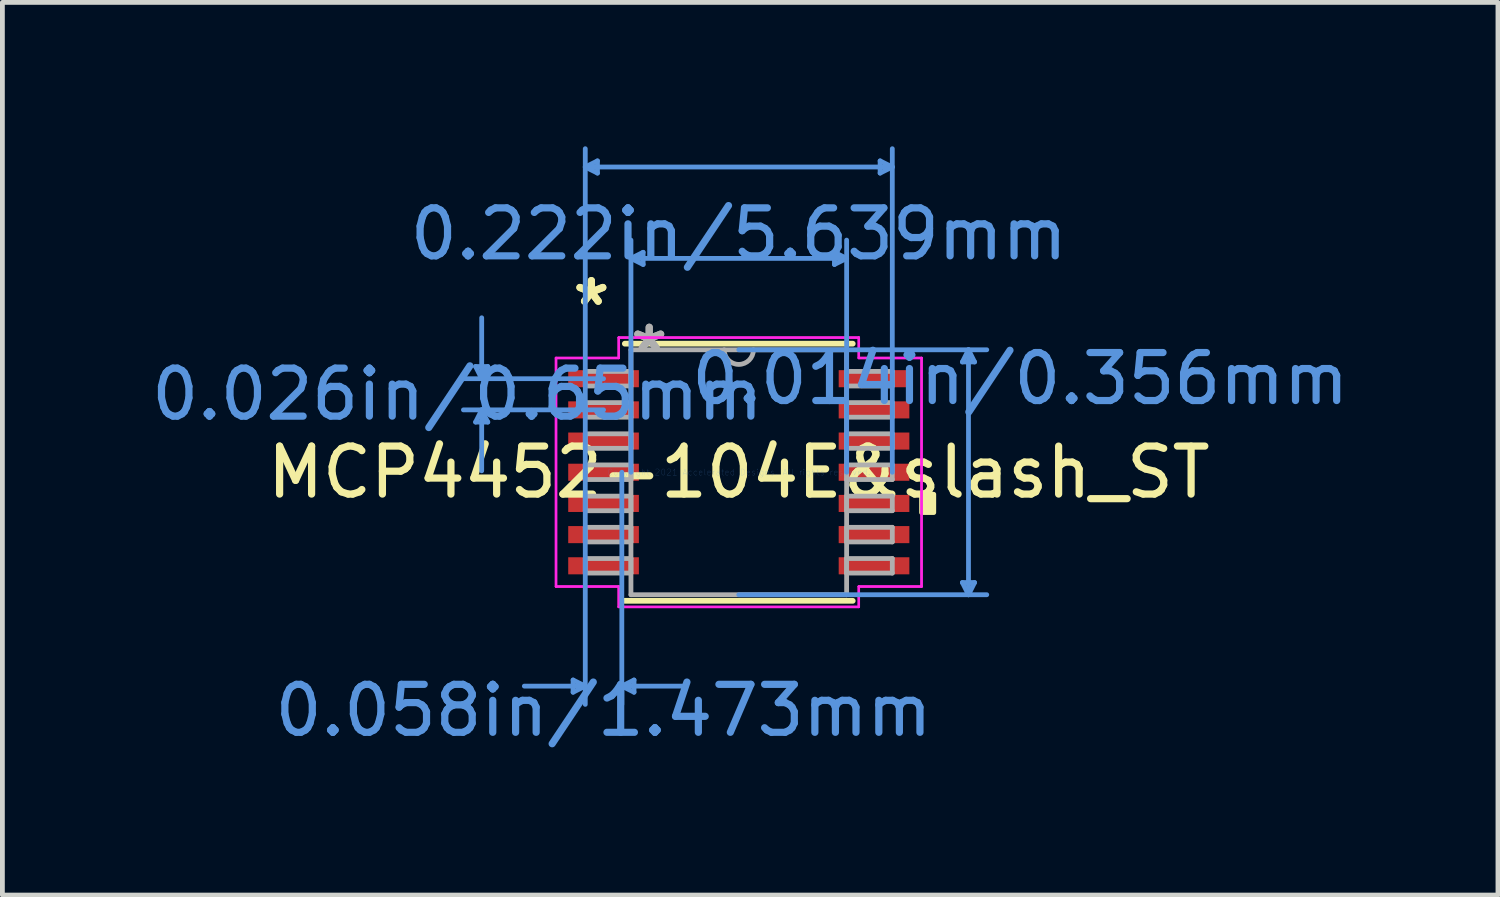
<source format=kicad_pcb>
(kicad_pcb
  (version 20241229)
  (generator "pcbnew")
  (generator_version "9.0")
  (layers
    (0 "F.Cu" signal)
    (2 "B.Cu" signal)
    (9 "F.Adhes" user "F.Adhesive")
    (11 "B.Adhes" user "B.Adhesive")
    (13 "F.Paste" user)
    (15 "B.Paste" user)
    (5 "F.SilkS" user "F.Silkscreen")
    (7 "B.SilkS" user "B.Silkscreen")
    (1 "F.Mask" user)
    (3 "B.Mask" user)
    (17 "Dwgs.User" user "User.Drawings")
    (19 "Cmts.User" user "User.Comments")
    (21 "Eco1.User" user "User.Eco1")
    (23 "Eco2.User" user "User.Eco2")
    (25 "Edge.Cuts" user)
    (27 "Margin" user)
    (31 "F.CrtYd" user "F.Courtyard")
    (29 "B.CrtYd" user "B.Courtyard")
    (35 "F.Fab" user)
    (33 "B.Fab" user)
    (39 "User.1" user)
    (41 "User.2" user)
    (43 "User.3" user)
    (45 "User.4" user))
  (footprint "MCP4452-104E&slash_ST"
    (layer "F.Cu")
    (at 12.35 6.794)
    (property "Reference" "MCP4452-104E&slash_ST" (at 0 0 0) (layer "F.SilkS") (effects (font (size 1 1) (thickness 0.15))))
    (attr through_hole)
    (fp_line (start -2.375 2.68) (end 2.375 2.68) (stroke (width 0.12) (type solid)) (layer "F.SilkS"))
    (fp_line (start 2.375 -2.68) (end -2.375 -2.68) (stroke (width 0.12) (type solid)) (layer "F.SilkS"))
    (fp_poly (pts (xy 4.064 0.459) (xy 4.064 0.84) (xy 3.81 0.84) (xy 3.81 0.459)) (stroke (width 0.1) (type solid)) (fill yes) (layer "F.SilkS"))
    (fp_line (start -5.486 -2.204) (end -5.232 -2.204) (stroke (width 0.1) (type solid)) (layer "Cmts.User"))
    (fp_line (start -5.486 -1.046) (end -5.232 -1.046) (stroke (width 0.1) (type solid)) (layer "Cmts.User"))
    (fp_line (start -5.359 -1.95) (end -5.486 -2.204) (stroke (width 0.1) (type solid)) (layer "Cmts.User"))
    (fp_line (start -5.359 -1.95) (end -5.359 -3.22) (stroke (width 0.1) (type solid)) (layer "Cmts.User"))
    (fp_line (start -5.359 -1.95) (end -5.232 -2.204) (stroke (width 0.1) (type solid)) (layer "Cmts.User"))
    (fp_line (start -5.359 -1.3) (end -5.486 -1.046) (stroke (width 0.1) (type solid)) (layer "Cmts.User"))
    (fp_line (start -5.359 -1.3) (end -5.359 -0.03) (stroke (width 0.1) (type solid)) (layer "Cmts.User"))
    (fp_line (start -5.359 -1.3) (end -5.232 -1.046) (stroke (width 0.1) (type solid)) (layer "Cmts.User"))
    (fp_line (start -3.454 4.331) (end -3.454 4.585) (stroke (width 0.1) (type solid)) (layer "Cmts.User"))
    (fp_line (start -3.2 -6.363) (end -2.946 -6.49) (stroke (width 0.1) (type solid)) (layer "Cmts.User"))
    (fp_line (start -3.2 -6.363) (end -2.946 -6.236) (stroke (width 0.1) (type solid)) (layer "Cmts.User"))
    (fp_line (start -3.2 -6.363) (end 3.2 -6.363) (stroke (width 0.1) (type solid)) (layer "Cmts.User"))
    (fp_line (start -3.2 0) (end -3.2 -6.744) (stroke (width 0.1) (type solid)) (layer "Cmts.User"))
    (fp_line (start -3.2 0) (end -3.2 4.839) (stroke (width 0.1) (type solid)) (layer "Cmts.User"))
    (fp_line (start -3.2 4.458) (end -4.47 4.458) (stroke (width 0.1) (type solid)) (layer "Cmts.User"))
    (fp_line (start -3.2 4.458) (end -3.454 4.331) (stroke (width 0.1) (type solid)) (layer "Cmts.User"))
    (fp_line (start -3.2 4.458) (end -3.454 4.585) (stroke (width 0.1) (type solid)) (layer "Cmts.User"))
    (fp_line (start -2.946 -6.49) (end -2.946 -6.236) (stroke (width 0.1) (type solid)) (layer "Cmts.User"))
    (fp_line (start -2.819 -1.95) (end -5.74 -1.95) (stroke (width 0.1) (type solid)) (layer "Cmts.User"))
    (fp_line (start -2.819 -1.3) (end -5.74 -1.3) (stroke (width 0.1) (type solid)) (layer "Cmts.User"))
    (fp_line (start -2.438 0) (end -2.438 4.839) (stroke (width 0.1) (type solid)) (layer "Cmts.User"))
    (fp_line (start -2.438 4.458) (end -2.184 4.331) (stroke (width 0.1) (type solid)) (layer "Cmts.User"))
    (fp_line (start -2.438 4.458) (end -2.184 4.585) (stroke (width 0.1) (type solid)) (layer "Cmts.User"))
    (fp_line (start -2.438 4.458) (end -1.168 4.458) (stroke (width 0.1) (type solid)) (layer "Cmts.User"))
    (fp_line (start -2.248 -4.458) (end -1.994 -4.585) (stroke (width 0.1) (type solid)) (layer "Cmts.User"))
    (fp_line (start -2.248 -4.458) (end -1.994 -4.331) (stroke (width 0.1) (type solid)) (layer "Cmts.User"))
    (fp_line (start -2.248 -4.458) (end 2.248 -4.458) (stroke (width 0.1) (type solid)) (layer "Cmts.User"))
    (fp_line (start -2.248 0) (end -2.248 -4.839) (stroke (width 0.1) (type solid)) (layer "Cmts.User"))
    (fp_line (start -2.184 4.331) (end -2.184 4.585) (stroke (width 0.1) (type solid)) (layer "Cmts.User"))
    (fp_line (start -1.994 -4.585) (end -1.994 -4.331) (stroke (width 0.1) (type solid)) (layer "Cmts.User"))
    (fp_line (start 0 -2.553) (end 5.169 -2.553) (stroke (width 0.1) (type solid)) (layer "Cmts.User"))
    (fp_line (start 0 2.553) (end 5.169 2.553) (stroke (width 0.1) (type solid)) (layer "Cmts.User"))
    (fp_line (start 1.994 -4.585) (end 1.994 -4.331) (stroke (width 0.1) (type solid)) (layer "Cmts.User"))
    (fp_line (start 2.248 -4.458) (end 1.994 -4.585) (stroke (width 0.1) (type solid)) (layer "Cmts.User"))
    (fp_line (start 2.248 -4.458) (end 1.994 -4.331) (stroke (width 0.1) (type solid)) (layer "Cmts.User"))
    (fp_line (start 2.248 0) (end 2.248 -4.839) (stroke (width 0.1) (type solid)) (layer "Cmts.User"))
    (fp_line (start 2.946 -6.49) (end 2.946 -6.236) (stroke (width 0.1) (type solid)) (layer "Cmts.User"))
    (fp_line (start 3.2 -6.363) (end 2.946 -6.49) (stroke (width 0.1) (type solid)) (layer "Cmts.User"))
    (fp_line (start 3.2 -6.363) (end 2.946 -6.236) (stroke (width 0.1) (type solid)) (layer "Cmts.User"))
    (fp_line (start 3.2 0) (end 3.2 -6.744) (stroke (width 0.1) (type solid)) (layer "Cmts.User"))
    (fp_line (start 4.661 -2.299) (end 4.915 -2.299) (stroke (width 0.1) (type solid)) (layer "Cmts.User"))
    (fp_line (start 4.661 2.299) (end 4.915 2.299) (stroke (width 0.1) (type solid)) (layer "Cmts.User"))
    (fp_line (start 4.788 -2.553) (end 4.661 -2.299) (stroke (width 0.1) (type solid)) (layer "Cmts.User"))
    (fp_line (start 4.788 -2.553) (end 4.788 2.553) (stroke (width 0.1) (type solid)) (layer "Cmts.User"))
    (fp_line (start 4.788 -2.553) (end 4.915 -2.299) (stroke (width 0.1) (type solid)) (layer "Cmts.User"))
    (fp_line (start 4.788 2.553) (end 4.661 2.299) (stroke (width 0.1) (type solid)) (layer "Cmts.User"))
    (fp_line (start 4.788 2.553) (end 4.915 2.299) (stroke (width 0.1) (type solid)) (layer "Cmts.User"))
    (fp_line (start -3.81 -2.382) (end -2.502 -2.382) (stroke (width 0.05) (type solid)) (layer "F.CrtYd"))
    (fp_line (start -3.81 -2.382) (end -2.502 -2.382) (stroke (width 0.05) (type solid)) (layer "F.CrtYd"))
    (fp_line (start -3.81 2.382) (end -3.81 -2.382) (stroke (width 0.05) (type solid)) (layer "F.CrtYd"))
    (fp_line (start -3.81 2.382) (end -3.81 -2.382) (stroke (width 0.05) (type solid)) (layer "F.CrtYd"))
    (fp_line (start -3.81 2.382) (end -2.502 2.382) (stroke (width 0.05) (type solid)) (layer "F.CrtYd"))
    (fp_line (start -2.502 -2.807) (end 2.502 -2.807) (stroke (width 0.05) (type solid)) (layer "F.CrtYd"))
    (fp_line (start -2.502 -2.807) (end 2.502 -2.807) (stroke (width 0.05) (type solid)) (layer "F.CrtYd"))
    (fp_line (start -2.502 -2.382) (end -2.502 -2.807) (stroke (width 0.05) (type solid)) (layer "F.CrtYd"))
    (fp_line (start -2.502 -2.382) (end -2.502 -2.807) (stroke (width 0.05) (type solid)) (layer "F.CrtYd"))
    (fp_line (start -2.502 2.382) (end -3.81 2.382) (stroke (width 0.05) (type solid)) (layer "F.CrtYd"))
    (fp_line (start -2.502 2.807) (end -2.502 2.382) (stroke (width 0.05) (type solid)) (layer "F.CrtYd"))
    (fp_line (start -2.502 2.807) (end -2.502 2.382) (stroke (width 0.05) (type solid)) (layer "F.CrtYd"))
    (fp_line (start 2.502 -2.807) (end 2.502 -2.382) (stroke (width 0.05) (type solid)) (layer "F.CrtYd"))
    (fp_line (start 2.502 -2.807) (end 2.502 -2.382) (stroke (width 0.05) (type solid)) (layer "F.CrtYd"))
    (fp_line (start 2.502 -2.382) (end 3.81 -2.382) (stroke (width 0.05) (type solid)) (layer "F.CrtYd"))
    (fp_line (start 2.502 2.382) (end 2.502 2.807) (stroke (width 0.05) (type solid)) (layer "F.CrtYd"))
    (fp_line (start 2.502 2.382) (end 2.502 2.807) (stroke (width 0.05) (type solid)) (layer "F.CrtYd"))
    (fp_line (start 2.502 2.807) (end -2.502 2.807) (stroke (width 0.05) (type solid)) (layer "F.CrtYd"))
    (fp_line (start 2.502 2.807) (end -2.502 2.807) (stroke (width 0.05) (type solid)) (layer "F.CrtYd"))
    (fp_line (start 3.81 -2.382) (end 2.502 -2.382) (stroke (width 0.05) (type solid)) (layer "F.CrtYd"))
    (fp_line (start 3.81 -2.382) (end 3.81 2.382) (stroke (width 0.05) (type solid)) (layer "F.CrtYd"))
    (fp_line (start 3.81 -2.382) (end 3.81 2.382) (stroke (width 0.05) (type solid)) (layer "F.CrtYd"))
    (fp_line (start 3.81 2.382) (end 2.502 2.382) (stroke (width 0.05) (type solid)) (layer "F.CrtYd"))
    (fp_line (start 3.81 2.382) (end 2.502 2.382) (stroke (width 0.05) (type solid)) (layer "F.CrtYd"))
    (fp_line (start -3.2 -2.102) (end -3.2 -1.798) (stroke (width 0.1) (type solid)) (layer "F.Fab"))
    (fp_line (start -3.2 -1.798) (end -2.248 -1.798) (stroke (width 0.1) (type solid)) (layer "F.Fab"))
    (fp_line (start -3.2 -1.452) (end -3.2 -1.148) (stroke (width 0.1) (type solid)) (layer "F.Fab"))
    (fp_line (start -3.2 -1.148) (end -2.248 -1.148) (stroke (width 0.1) (type solid)) (layer "F.Fab"))
    (fp_line (start -3.2 -0.802) (end -3.2 -0.498) (stroke (width 0.1) (type solid)) (layer "F.Fab"))
    (fp_line (start -3.2 -0.498) (end -2.248 -0.498) (stroke (width 0.1) (type solid)) (layer "F.Fab"))
    (fp_line (start -3.2 -0.152) (end -3.2 0.152) (stroke (width 0.1) (type solid)) (layer "F.Fab"))
    (fp_line (start -3.2 0.152) (end -2.248 0.152) (stroke (width 0.1) (type solid)) (layer "F.Fab"))
    (fp_line (start -3.2 0.498) (end -3.2 0.802) (stroke (width 0.1) (type solid)) (layer "F.Fab"))
    (fp_line (start -3.2 0.802) (end -2.248 0.802) (stroke (width 0.1) (type solid)) (layer "F.Fab"))
    (fp_line (start -3.2 1.148) (end -3.2 1.452) (stroke (width 0.1) (type solid)) (layer "F.Fab"))
    (fp_line (start -3.2 1.452) (end -2.248 1.452) (stroke (width 0.1) (type solid)) (layer "F.Fab"))
    (fp_line (start -3.2 1.798) (end -3.2 2.102) (stroke (width 0.1) (type solid)) (layer "F.Fab"))
    (fp_line (start -3.2 2.102) (end -2.248 2.102) (stroke (width 0.1) (type solid)) (layer "F.Fab"))
    (fp_line (start -2.248 -2.553) (end -2.248 2.553) (stroke (width 0.1) (type solid)) (layer "F.Fab"))
    (fp_line (start -2.248 -2.102) (end -3.2 -2.102) (stroke (width 0.1) (type solid)) (layer "F.Fab"))
    (fp_line (start -2.248 -1.798) (end -2.248 -2.102) (stroke (width 0.1) (type solid)) (layer "F.Fab"))
    (fp_line (start -2.248 -1.452) (end -3.2 -1.452) (stroke (width 0.1) (type solid)) (layer "F.Fab"))
    (fp_line (start -2.248 -1.148) (end -2.248 -1.452) (stroke (width 0.1) (type solid)) (layer "F.Fab"))
    (fp_line (start -2.248 -0.802) (end -3.2 -0.802) (stroke (width 0.1) (type solid)) (layer "F.Fab"))
    (fp_line (start -2.248 -0.498) (end -2.248 -0.802) (stroke (width 0.1) (type solid)) (layer "F.Fab"))
    (fp_line (start -2.248 -0.152) (end -3.2 -0.152) (stroke (width 0.1) (type solid)) (layer "F.Fab"))
    (fp_line (start -2.248 0.152) (end -2.248 -0.152) (stroke (width 0.1) (type solid)) (layer "F.Fab"))
    (fp_line (start -2.248 0.498) (end -3.2 0.498) (stroke (width 0.1) (type solid)) (layer "F.Fab"))
    (fp_line (start -2.248 0.802) (end -2.248 0.498) (stroke (width 0.1) (type solid)) (layer "F.Fab"))
    (fp_line (start -2.248 1.148) (end -3.2 1.148) (stroke (width 0.1) (type solid)) (layer "F.Fab"))
    (fp_line (start -2.248 1.452) (end -2.248 1.148) (stroke (width 0.1) (type solid)) (layer "F.Fab"))
    (fp_line (start -2.248 1.798) (end -3.2 1.798) (stroke (width 0.1) (type solid)) (layer "F.Fab"))
    (fp_line (start -2.248 2.102) (end -2.248 1.798) (stroke (width 0.1) (type solid)) (layer "F.Fab"))
    (fp_line (start -2.248 2.553) (end 2.248 2.553) (stroke (width 0.1) (type solid)) (layer "F.Fab"))
    (fp_line (start 2.248 -2.553) (end -2.248 -2.553) (stroke (width 0.1) (type solid)) (layer "F.Fab"))
    (fp_line (start 2.248 -2.102) (end 2.248 -1.798) (stroke (width 0.1) (type solid)) (layer "F.Fab"))
    (fp_line (start 2.248 -1.798) (end 3.2 -1.798) (stroke (width 0.1) (type solid)) (layer "F.Fab"))
    (fp_line (start 2.248 -1.452) (end 2.248 -1.148) (stroke (width 0.1) (type solid)) (layer "F.Fab"))
    (fp_line (start 2.248 -1.148) (end 3.2 -1.148) (stroke (width 0.1) (type solid)) (layer "F.Fab"))
    (fp_line (start 2.248 -0.802) (end 2.248 -0.498) (stroke (width 0.1) (type solid)) (layer "F.Fab"))
    (fp_line (start 2.248 -0.498) (end 3.2 -0.498) (stroke (width 0.1) (type solid)) (layer "F.Fab"))
    (fp_line (start 2.248 -0.152) (end 2.248 0.152) (stroke (width 0.1) (type solid)) (layer "F.Fab"))
    (fp_line (start 2.248 0.152) (end 3.2 0.152) (stroke (width 0.1) (type solid)) (layer "F.Fab"))
    (fp_line (start 2.248 0.498) (end 2.248 0.802) (stroke (width 0.1) (type solid)) (layer "F.Fab"))
    (fp_line (start 2.248 0.802) (end 3.2 0.802) (stroke (width 0.1) (type solid)) (layer "F.Fab"))
    (fp_line (start 2.248 1.148) (end 2.248 1.452) (stroke (width 0.1) (type solid)) (layer "F.Fab"))
    (fp_line (start 2.248 1.452) (end 3.2 1.452) (stroke (width 0.1) (type solid)) (layer "F.Fab"))
    (fp_line (start 2.248 1.798) (end 2.248 2.102) (stroke (width 0.1) (type solid)) (layer "F.Fab"))
    (fp_line (start 2.248 2.102) (end 3.2 2.102) (stroke (width 0.1) (type solid)) (layer "F.Fab"))
    (fp_line (start 2.248 2.553) (end 2.248 -2.553) (stroke (width 0.1) (type solid)) (layer "F.Fab"))
    (fp_line (start 3.2 -2.102) (end 2.248 -2.102) (stroke (width 0.1) (type solid)) (layer "F.Fab"))
    (fp_line (start 3.2 -1.798) (end 3.2 -2.102) (stroke (width 0.1) (type solid)) (layer "F.Fab"))
    (fp_line (start 3.2 -1.452) (end 2.248 -1.452) (stroke (width 0.1) (type solid)) (layer "F.Fab"))
    (fp_line (start 3.2 -1.148) (end 3.2 -1.452) (stroke (width 0.1) (type solid)) (layer "F.Fab"))
    (fp_line (start 3.2 -0.802) (end 2.248 -0.802) (stroke (width 0.1) (type solid)) (layer "F.Fab"))
    (fp_line (start 3.2 -0.498) (end 3.2 -0.802) (stroke (width 0.1) (type solid)) (layer "F.Fab"))
    (fp_line (start 3.2 -0.152) (end 2.248 -0.152) (stroke (width 0.1) (type solid)) (layer "F.Fab"))
    (fp_line (start 3.2 0.152) (end 3.2 -0.152) (stroke (width 0.1) (type solid)) (layer "F.Fab"))
    (fp_line (start 3.2 0.498) (end 2.248 0.498) (stroke (width 0.1) (type solid)) (layer "F.Fab"))
    (fp_line (start 3.2 0.802) (end 3.2 0.498) (stroke (width 0.1) (type solid)) (layer "F.Fab"))
    (fp_line (start 3.2 1.148) (end 2.248 1.148) (stroke (width 0.1) (type solid)) (layer "F.Fab"))
    (fp_line (start 3.2 1.452) (end 3.2 1.148) (stroke (width 0.1) (type solid)) (layer "F.Fab"))
    (fp_line (start 3.2 1.798) (end 2.248 1.798) (stroke (width 0.1) (type solid)) (layer "F.Fab"))
    (fp_line (start 3.2 2.102) (end 3.2 1.798) (stroke (width 0.1) (type solid)) (layer "F.Fab"))
    (fp_arc (start 0.3048 -2.5527) (mid 0 -2.2479) (end -0.3048 -2.5527) (stroke (width 0.1) (type solid)) (layer "F.Fab"))
    (fp_text user "*" (at -3.073 -3.449 0) (layer "F.SilkS") (effects (font (size 1 1) (thickness 0.15))))
    (fp_text user "*" (at -3.073 -3.449 0) (layer "F.SilkS") (effects (font (size 1 1) (thickness 0.15))))
    (fp_text user "0.014in/0.356mm" (at 5.867 -1.95 0) (layer "Cmts.User") (effects (font (size 1 1) (thickness 0.15))))
    (fp_text user "0.026in/0.65mm" (at -5.867 -1.625 0) (layer "Cmts.User") (effects (font (size 1 1) (thickness 0.15))))
    (fp_text user "Copyright 2021 Accelerated Designs. All rights reserved." (at 0 0 0) (layer "Cmts.User") (effects (font (size 0.127 0.127) (thickness 0.002))))
    (fp_text user "0.222in/5.639mm" (at 0 -4.966 0) (layer "Cmts.User") (effects (font (size 1 1) (thickness 0.15))))
    (fp_text user "0.058in/1.473mm" (at -2.819 4.966 0) (layer "Cmts.User") (effects (font (size 1 1) (thickness 0.15))))
    (fp_text user "*" (at -1.867 -2.477 0) (layer "F.Fab") (effects (font (size 1 1) (thickness 0.15))))
    (fp_text user "*" (at -1.867 -2.477 0) (layer "F.Fab") (effects (font (size 1 1) (thickness 0.15))))
    (pad "1" smd rect (at -2.819 -1.95) (size 1.473 0.356) (layers "F.Cu" "F.Mask" "F.Paste"))
    (pad "2" smd rect (at -2.819 -1.3) (size 1.473 0.356) (layers "F.Cu" "F.Mask" "F.Paste"))
    (pad "3" smd rect (at -2.819 -0.65) (size 1.473 0.356) (layers "F.Cu" "F.Mask" "F.Paste"))
    (pad "4" smd rect (at -2.819 0) (size 1.473 0.356) (layers "F.Cu" "F.Mask" "F.Paste"))
    (pad "5" smd rect (at -2.819 0.65) (size 1.473 0.356) (layers "F.Cu" "F.Mask" "F.Paste"))
    (pad "6" smd rect (at -2.819 1.3) (size 1.473 0.356) (layers "F.Cu" "F.Mask" "F.Paste"))
    (pad "7" smd rect (at -2.819 1.95) (size 1.473 0.356) (layers "F.Cu" "F.Mask" "F.Paste"))
    (pad "8" smd rect (at 2.819 1.95) (size 1.473 0.356) (layers "F.Cu" "F.Mask" "F.Paste"))
    (pad "9" smd rect (at 2.819 1.3) (size 1.473 0.356) (layers "F.Cu" "F.Mask" "F.Paste"))
    (pad "10" smd rect (at 2.819 0.65) (size 1.473 0.356) (layers "F.Cu" "F.Mask" "F.Paste"))
    (pad "11" smd rect (at 2.819 0) (size 1.473 0.356) (layers "F.Cu" "F.Mask" "F.Paste"))
    (pad "12" smd rect (at 2.819 -0.65) (size 1.473 0.356) (layers "F.Cu" "F.Mask" "F.Paste"))
    (pad "13" smd rect (at 2.819 -1.3) (size 1.473 0.356) (layers "F.Cu" "F.Mask" "F.Paste"))
    (pad "14" smd rect (at 2.819 -1.95) (size 1.473 0.356) (layers "F.Cu" "F.Mask" "F.Paste")))
  (gr_rect
    (start -3 -3)
    (end 28.175 15.608)
    (stroke (width 0.1) (type default))
    (fill no)
    (layer "Edge.Cuts")))
</source>
